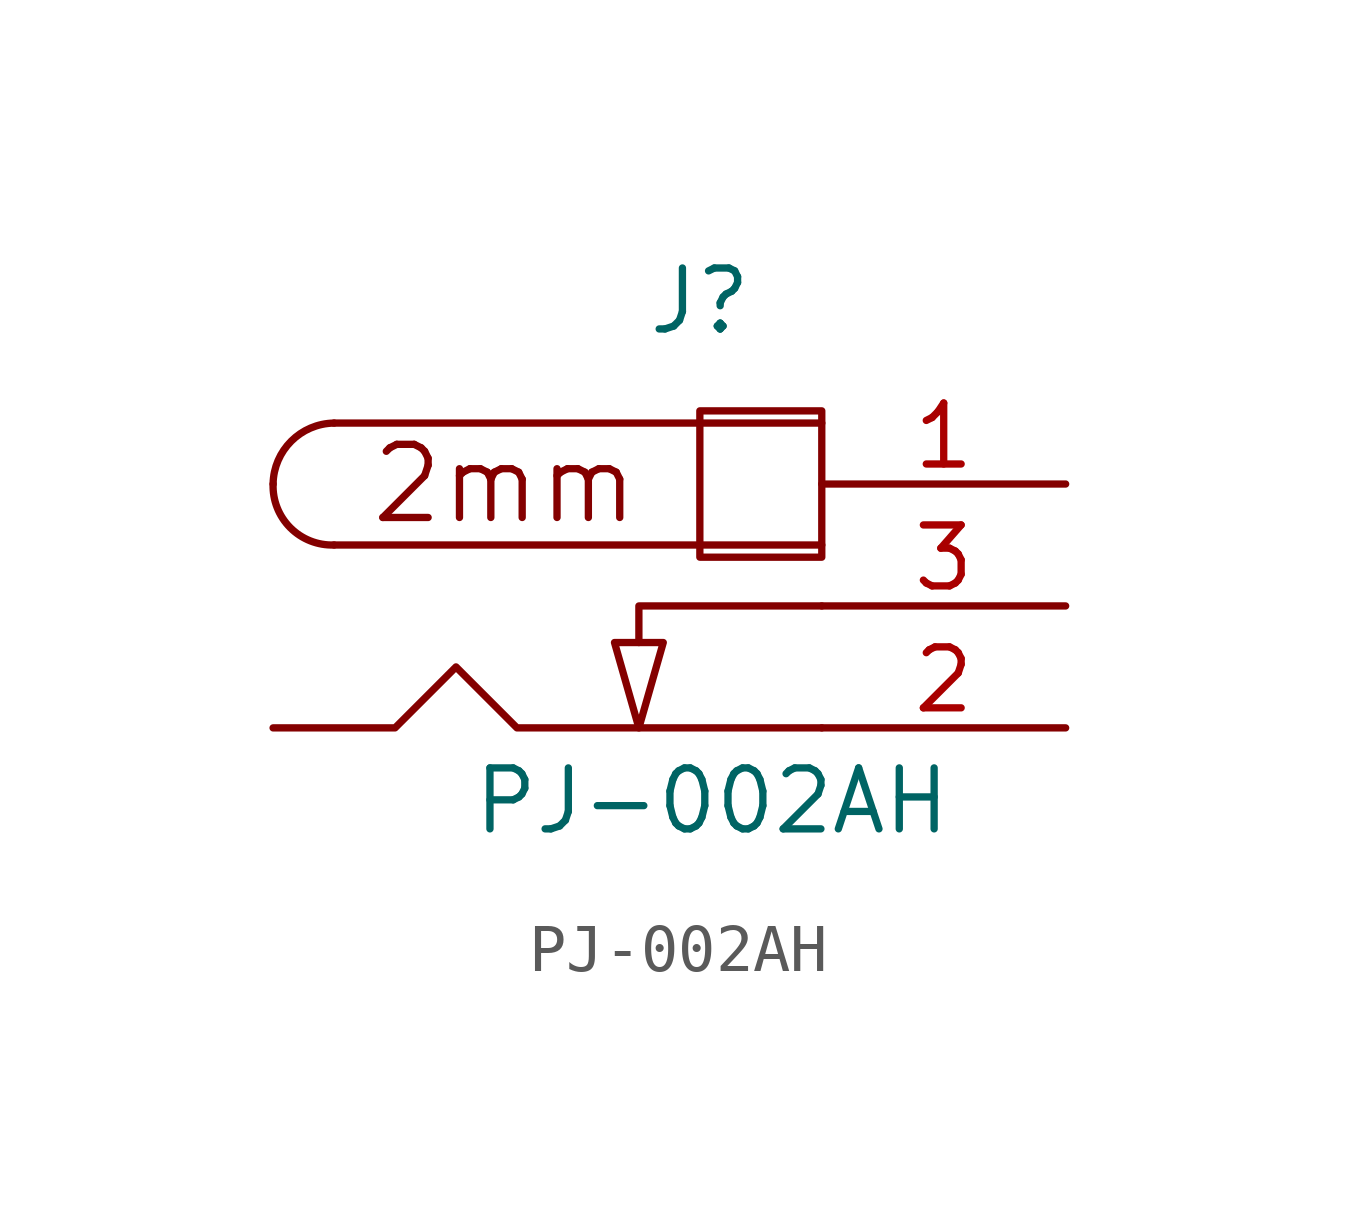
<source format=kicad_sym>
(kicad_symbol_lib
  (version 20220914)
  (generator kicad_symbol_editor)
  (symbol "PJ-002AH"
    (pin_names
      (offset 1.016))
    (property "Reference" "J"
      (at 0 6.35 0)
      (effects (font (size 1.27 1.27))))
    (property "Value" "PJ-002AH"
      (at 0.254 -4.064 0)
      (effects (font (size 1.27 1.27))))
    (property "Datasheet" ""
      (at 0 6.35 0)
      (effects (font (size 1.27 1.27))))
    (symbol "PJ-002AH_0_0"
      (text "2mm" (at -4.064 2.54 0) (effects (font (size 1.524 1.524)))))
    (symbol "PJ-002AH_0_1"
      (arc (start -8.89 2.54) (mid -8.5271 1.6254) (end -7.62 1.27) (stroke (width 0) (type solid)) (fill (type none)))
      (arc (start -7.62 3.81) (mid -8.5088 3.4366) (end -8.89 2.54) (stroke (width 0) (type solid)) (fill (type none)))
      (polyline (pts (xy -7.62 1.27) (xy 0 1.27)) (stroke (width 0) (type solid)) (fill (type none)))
      (polyline (pts (xy 0 3.81) (xy -7.62 3.81)) (stroke (width 0) (type solid)) (fill (type none)))
      (polyline (pts (xy 2.54 0) (xy -1.27 0) (xy -1.27 -0.762)) (stroke (width 0) (type solid)) (fill (type none)))
      (polyline (pts (xy -1.27 -2.54) (xy -0.762 -0.762) (xy -1.778 -0.762) (xy -1.27 -2.54)) (stroke (width 0) (type solid)) (fill (type none)))
      (polyline (pts (xy 2.54 1.27) (xy 2.54 1.016) (xy 0 1.016) (xy 0 1.27)) (stroke (width 0) (type solid)) (fill (type none)))
      (polyline (pts (xy 2.54 3.81) (xy 2.54 4.064) (xy 0 4.064) (xy 0 3.81)) (stroke (width 0) (type solid)) (fill (type none)))
      (polyline (pts (xy 2.54 -2.54) (xy -3.81 -2.54) (xy -5.08 -1.27) (xy -6.35 -2.54) (xy -8.89 -2.54)) (stroke (width 0) (type solid)) (fill (type none)))
      (rectangle (start 2.54 3.81) (end 0 1.27) (stroke (width 0) (type solid)) (fill (type none))))
    (symbol "PJ-002AH_1_1"
      (pin passive line (at 7.62 2.54 180) (length 5.08) (name "~" (effects (font (size 1.27 1.27)))) (number "1" (effects (font (size 1.27 1.27)))))
      (pin passive line (at 7.62 -2.54 180) (length 5.08) (name "~" (effects (font (size 1.27 1.27)))) (number "2" (effects (font (size 1.27 1.27)))))
      (pin passive line (at 7.62 0 180) (length 5.08) (name "~" (effects (font (size 1.27 1.27)))) (number "3" (effects (font (size 1.27 1.27))))))))
</source>
